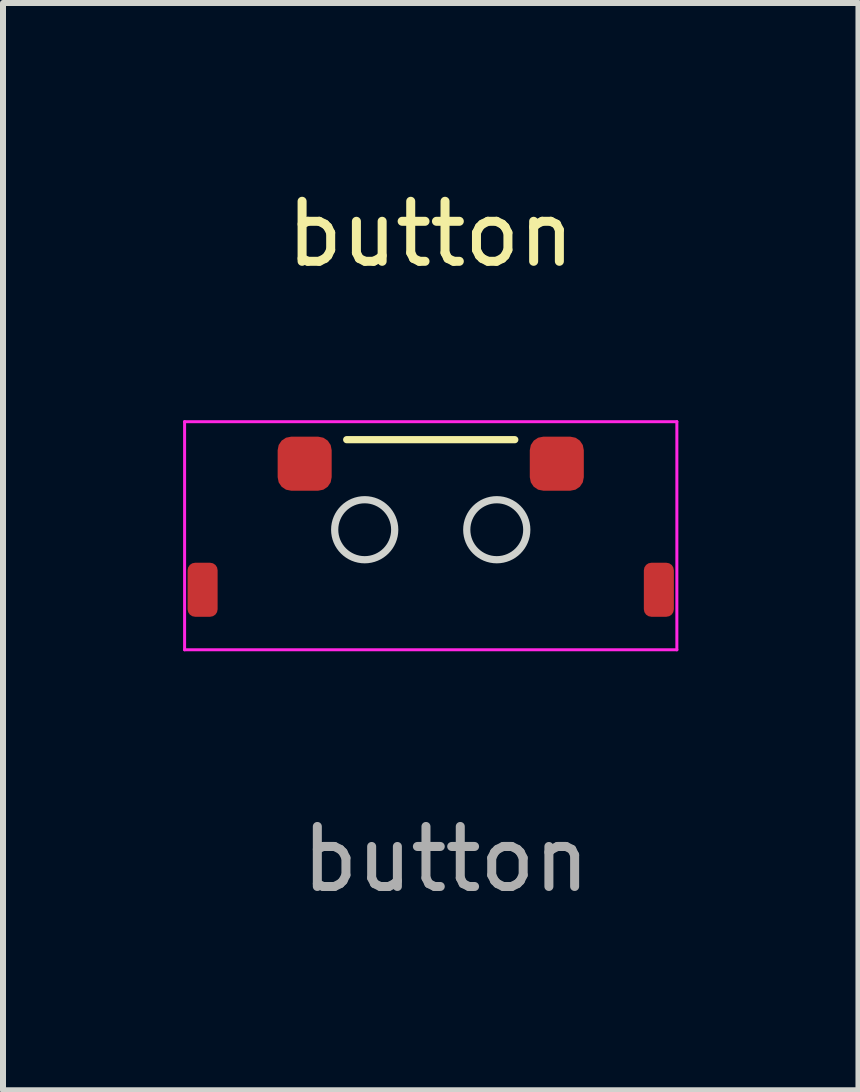
<source format=kicad_pcb>
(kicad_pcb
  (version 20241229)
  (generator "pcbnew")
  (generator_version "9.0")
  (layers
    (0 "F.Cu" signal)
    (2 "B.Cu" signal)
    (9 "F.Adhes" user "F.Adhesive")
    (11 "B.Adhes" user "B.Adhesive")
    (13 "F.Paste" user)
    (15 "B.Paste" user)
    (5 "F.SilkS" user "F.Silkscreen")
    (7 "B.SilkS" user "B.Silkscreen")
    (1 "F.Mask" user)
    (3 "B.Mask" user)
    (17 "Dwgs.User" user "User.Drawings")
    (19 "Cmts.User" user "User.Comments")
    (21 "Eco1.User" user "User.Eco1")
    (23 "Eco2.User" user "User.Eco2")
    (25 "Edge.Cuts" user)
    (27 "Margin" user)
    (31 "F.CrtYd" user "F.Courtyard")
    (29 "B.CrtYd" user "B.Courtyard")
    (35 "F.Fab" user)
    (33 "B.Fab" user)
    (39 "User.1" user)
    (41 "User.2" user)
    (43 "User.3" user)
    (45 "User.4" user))
  (footprint "button"
    (layer "F.Cu")
    (at 4.125 5.674)
    (property "Reference" "button" (at 0 -4.826 0) (unlocked yes) (layer "F.SilkS") (effects (font (size 1 1) (thickness 0.15))))
    (attr smd)
    (fp_line (start -1.4 -1.4) (end 1.4 -1.4) (stroke (width 0.12) (type solid)) (layer "F.SilkS"))
    (fp_circle (center -1.1 0.1) (end -0.6 0.1) (stroke (width 0.12) (type solid)) (fill no) (layer "Edge.Cuts"))
    (fp_circle (center 1.1 0.1) (end 1.6 0.1) (stroke (width 0.12) (type solid)) (fill no) (layer "Edge.Cuts"))
    (fp_line (start -4.1 -1.7) (end -4.1 2.1) (stroke (width 0.05) (type solid)) (layer "F.CrtYd"))
    (fp_line (start -4.1 -1.7) (end 4.1 -1.7) (stroke (width 0.05) (type solid)) (layer "F.CrtYd"))
    (fp_line (start -4.1 2.1) (end 4.1 2.1) (stroke (width 0.05) (type solid)) (layer "F.CrtYd"))
    (fp_line (start 4.1 -1.7) (end 4.1 2.1) (stroke (width 0.05) (type solid)) (layer "F.CrtYd"))
    (fp_line (start -3.5 1.1) (end 3.5 1.1) (stroke (width 0.12) (type solid)) (layer "User.1"))
    (fp_line (start -1.5 2.032) (end -1.5 1.3) (stroke (width 0.12) (type solid)) (layer "User.1"))
    (fp_line (start -1.5 2.032) (end 1.5 2.032) (stroke (width 0.12) (type solid)) (layer "User.1"))
    (fp_line (start 1.5 2.032) (end 1.5 1.3) (stroke (width 0.12) (type solid)) (layer "User.1"))
    (fp_text user "${REFERENCE}" (at 0.254 5.588 0) (unlocked yes) (layer "F.Fab") (effects (font (size 1 1) (thickness 0.15))))
    (pad "1" smd roundrect (at -2.1 -1) (size 0.9 0.9) (layers "F.Cu" "F.Mask" "F.Paste") (roundrect_rratio 0.25))
    (pad "2" smd roundrect (at 2.1 -1) (size 0.9 0.9) (layers "F.Cu" "F.Mask" "F.Paste") (roundrect_rratio 0.25))
    (pad "3" smd roundrect (at 3.8 1.1) (size 0.5 0.9) (layers "F.Cu" "F.Mask" "F.Paste") (roundrect_rratio 0.25))
    (pad "4" smd roundrect (at -3.8 1.1) (size 0.5 0.9) (layers "F.Cu" "F.Mask" "F.Paste") (roundrect_rratio 0.25)))
  (gr_rect
    (start -3 -3)
    (end 11.25 15.111)
    (stroke (width 0.1) (type default))
    (fill no)
    (layer "Edge.Cuts")))
</source>
